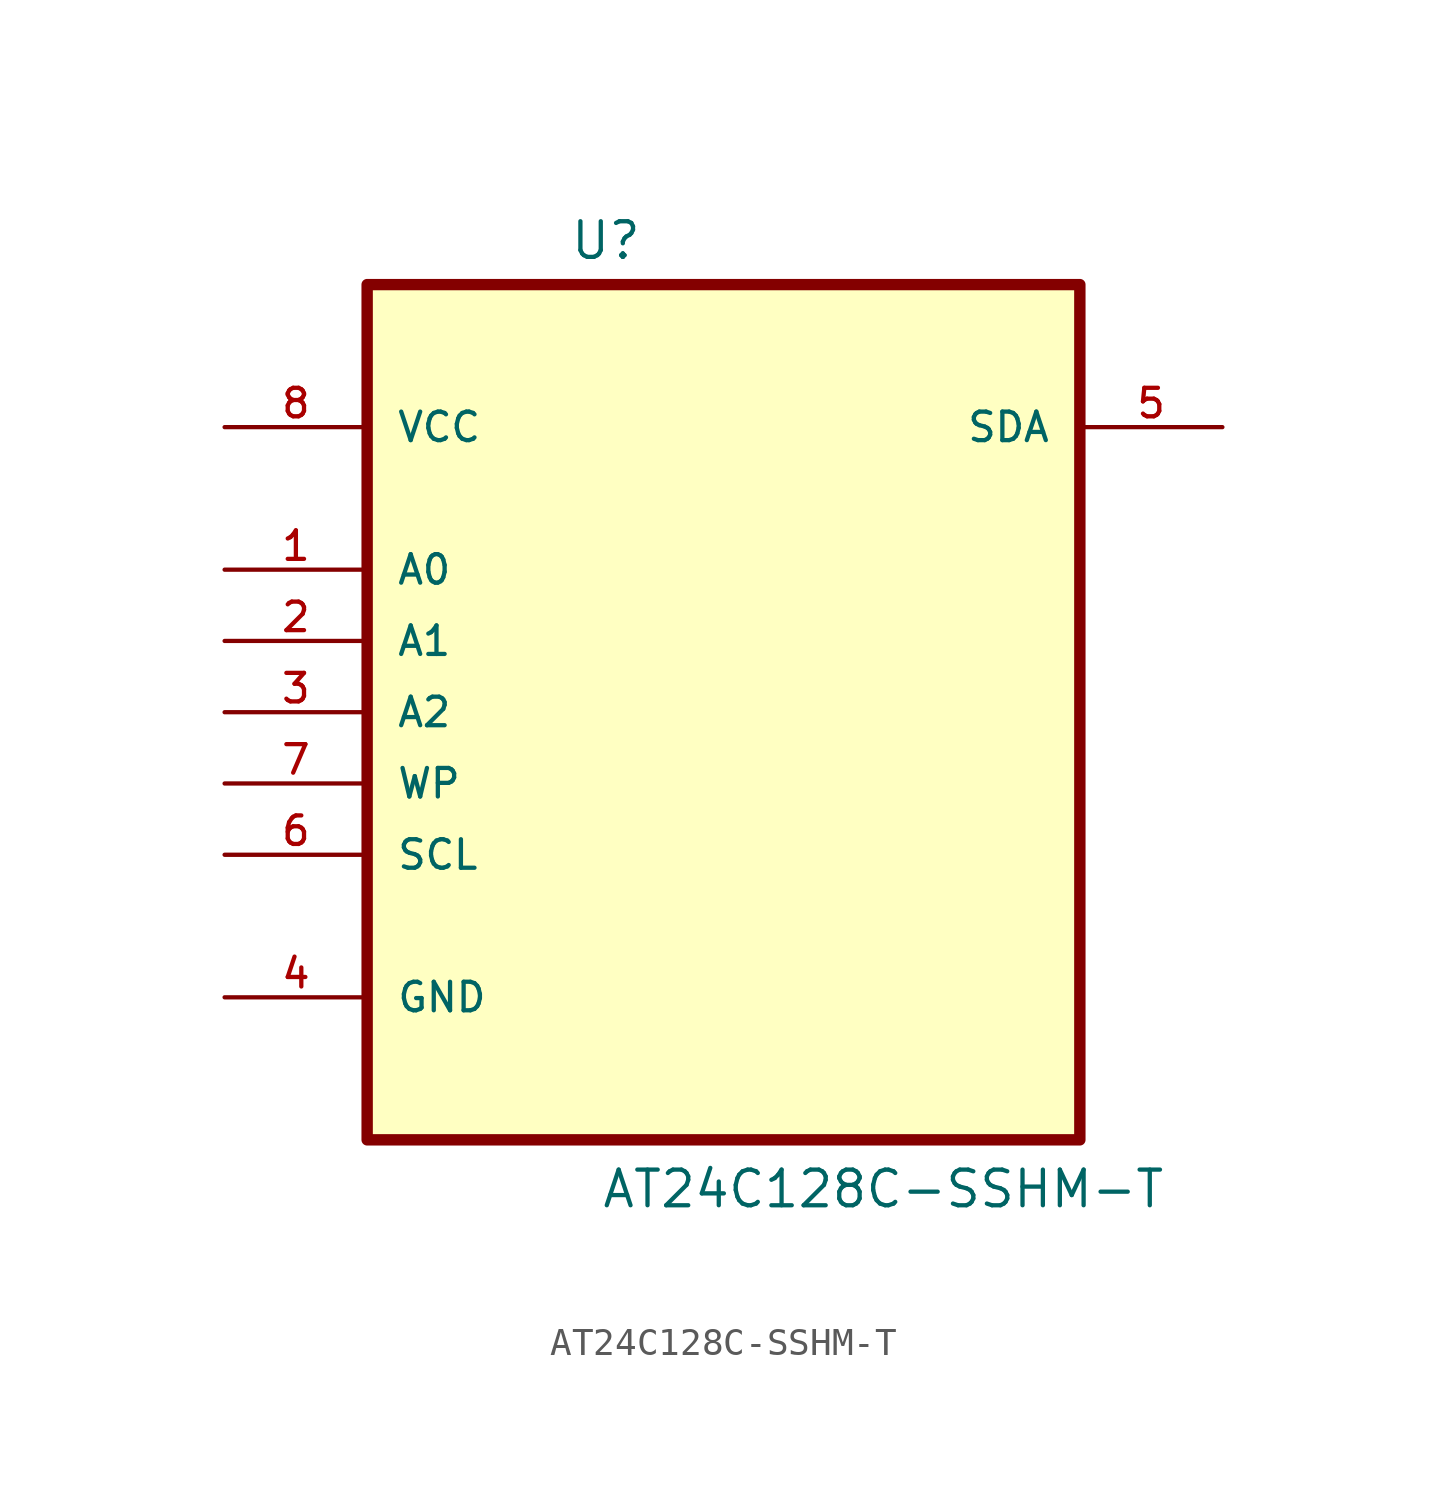
<source format=kicad_sym>
(kicad_symbol_lib
  (version 20211014)
  (generator kicad_symbol_editor)
  (symbol "AT24C128C-SSHM-T"
    (pin_names
      (offset 1.016))
    (property "Reference" "U"
      (at -5.502 13.525 0.0)
      (effects (font (size 1.27 1.27)) (justify bottom left)))
    (property "Value" "AT24C128C-SSHM-T"
      (at -4.381 -20.274 0.0)
      (effects (font (size 1.27 1.27)) (justify bottom left)))
    (symbol "AT24C128C-SSHM-T_0_0"
      (rectangle (start -12.7 -17.78) (end 12.7 12.7) (stroke (width 0.406)) (fill (type background)))
      (pin power_in line (at -17.78 7.62 0) (length 5.08) (name "VCC" (effects (font (size 1.016 1.016)))) (number "8" (effects (font (size 1.016 1.016)))))
      (pin input line (at -17.78 2.54 0) (length 5.08) (name "A0" (effects (font (size 1.016 1.016)))) (number "1" (effects (font (size 1.016 1.016)))))
      (pin input line (at -17.78 0.0 0) (length 5.08) (name "A1" (effects (font (size 1.016 1.016)))) (number "2" (effects (font (size 1.016 1.016)))))
      (pin input line (at -17.78 -2.54 0) (length 5.08) (name "A2" (effects (font (size 1.016 1.016)))) (number "3" (effects (font (size 1.016 1.016)))))
      (pin input line (at -17.78 -5.08 0) (length 5.08) (name "WP" (effects (font (size 1.016 1.016)))) (number "7" (effects (font (size 1.016 1.016)))))
      (pin input line (at -17.78 -7.62 0) (length 5.08) (name "SCL" (effects (font (size 1.016 1.016)))) (number "6" (effects (font (size 1.016 1.016)))))
      (pin passive line (at -17.78 -12.7 0) (length 5.08) (name "GND" (effects (font (size 1.016 1.016)))) (number "4" (effects (font (size 1.016 1.016)))))
      (pin bidirectional line (at 17.78 7.62 180.0) (length 5.08) (name "SDA" (effects (font (size 1.016 1.016)))) (number "5" (effects (font (size 1.016 1.016))))))))
</source>
